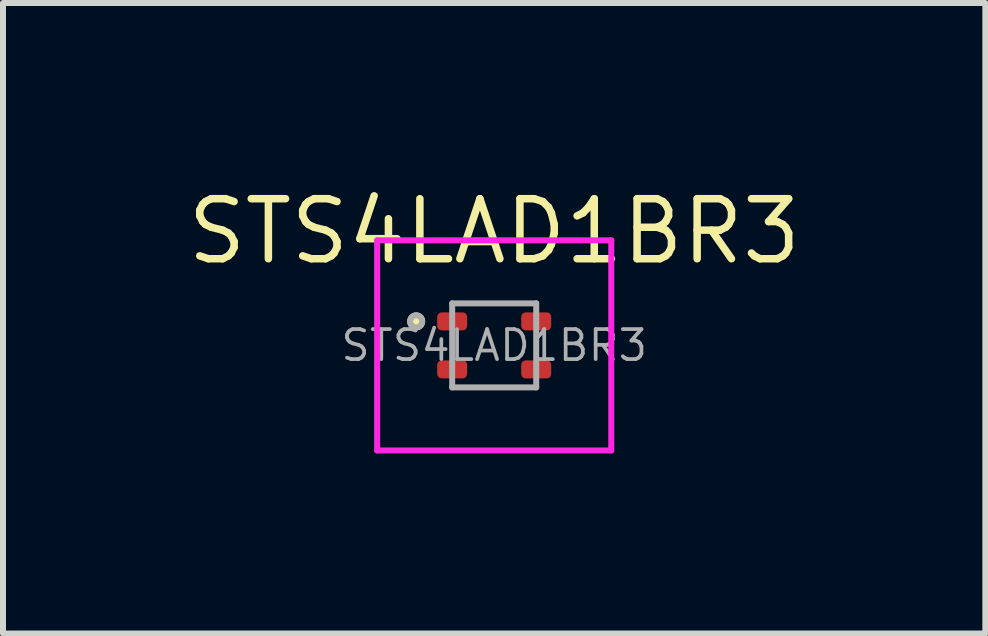
<source format=kicad_pcb>
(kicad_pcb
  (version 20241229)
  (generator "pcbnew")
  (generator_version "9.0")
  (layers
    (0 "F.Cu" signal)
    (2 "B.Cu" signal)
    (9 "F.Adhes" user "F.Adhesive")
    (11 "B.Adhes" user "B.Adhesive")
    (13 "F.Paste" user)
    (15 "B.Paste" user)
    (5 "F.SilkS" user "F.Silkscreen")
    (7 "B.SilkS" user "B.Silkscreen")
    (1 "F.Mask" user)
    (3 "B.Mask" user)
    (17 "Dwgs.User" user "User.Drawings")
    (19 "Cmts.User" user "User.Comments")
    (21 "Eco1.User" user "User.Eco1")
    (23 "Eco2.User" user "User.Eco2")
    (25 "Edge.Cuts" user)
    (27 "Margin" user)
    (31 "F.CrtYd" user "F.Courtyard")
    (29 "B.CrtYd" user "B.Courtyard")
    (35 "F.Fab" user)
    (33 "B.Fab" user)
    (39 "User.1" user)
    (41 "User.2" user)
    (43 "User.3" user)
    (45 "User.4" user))
  (footprint "STS4LAD1BR3"
    (layer "F.Cu")
    (at 5.183 2.704)
    (property "Reference" "STS4LAD1BR3" (at 0 -1.9 0) (layer "F.SilkS") (effects (font (size 1 1) (thickness 0.125))))
    (attr smd)
    (fp_circle (center -1.3 -0.4) (end -1.3 -0.3) (stroke (width 0.1) (type default)) (fill yes) (layer "F.SilkS"))
    (fp_line (start -1.95 -1.75) (end 1.95 -1.75) (stroke (width 0.1) (type solid)) (layer "F.CrtYd"))
    (fp_line (start -1.95 1.75) (end -1.95 -1.75) (stroke (width 0.1) (type solid)) (layer "F.CrtYd"))
    (fp_line (start 1.95 -1.75) (end 1.95 1.75) (stroke (width 0.1) (type solid)) (layer "F.CrtYd"))
    (fp_line (start 1.95 1.75) (end -1.95 1.75) (stroke (width 0.1) (type solid)) (layer "F.CrtYd"))
    (fp_line (start -0.7 -0.7) (end 0.7 -0.7) (stroke (width 0.1) (type solid)) (layer "F.Fab"))
    (fp_line (start -0.7 0.7) (end -0.7 -0.7) (stroke (width 0.1) (type solid)) (layer "F.Fab"))
    (fp_line (start 0.7 -0.7) (end 0.7 0.7) (stroke (width 0.1) (type solid)) (layer "F.Fab"))
    (fp_line (start 0.7 0.7) (end -0.7 0.7) (stroke (width 0.1) (type solid)) (layer "F.Fab"))
    (fp_circle (center -1.3 -0.4) (end -1.3 -0.3) (stroke (width 0.1) (type default)) (fill no) (layer "F.Fab"))
    (fp_text user "${REFERENCE}" (at 0 0 0) (layer "F.Fab") (effects (font (size 0.5 0.5) (thickness 0.062))))
    (pad "1" smd roundrect (at -0.7 -0.4 90) (size 0.3 0.5) (layers "F.Cu" "F.Mask" "F.Paste") (roundrect_rratio 0.25))
    (pad "2" smd roundrect (at -0.7 0.4 90) (size 0.3 0.5) (layers "F.Cu" "F.Mask" "F.Paste") (roundrect_rratio 0.25))
    (pad "3" smd roundrect (at 0.7 0.4 90) (size 0.3 0.5) (layers "F.Cu" "F.Mask" "F.Paste") (roundrect_rratio 0.25))
    (pad "4" smd roundrect (at 0.7 -0.4 90) (size 0.3 0.5) (layers "F.Cu" "F.Mask" "F.Paste") (roundrect_rratio 0.25)))
  (gr_rect
    (start -3 -3)
    (end 13.365 7.504)
    (stroke (width 0.1) (type default))
    (fill no)
    (layer "Edge.Cuts")))
</source>
